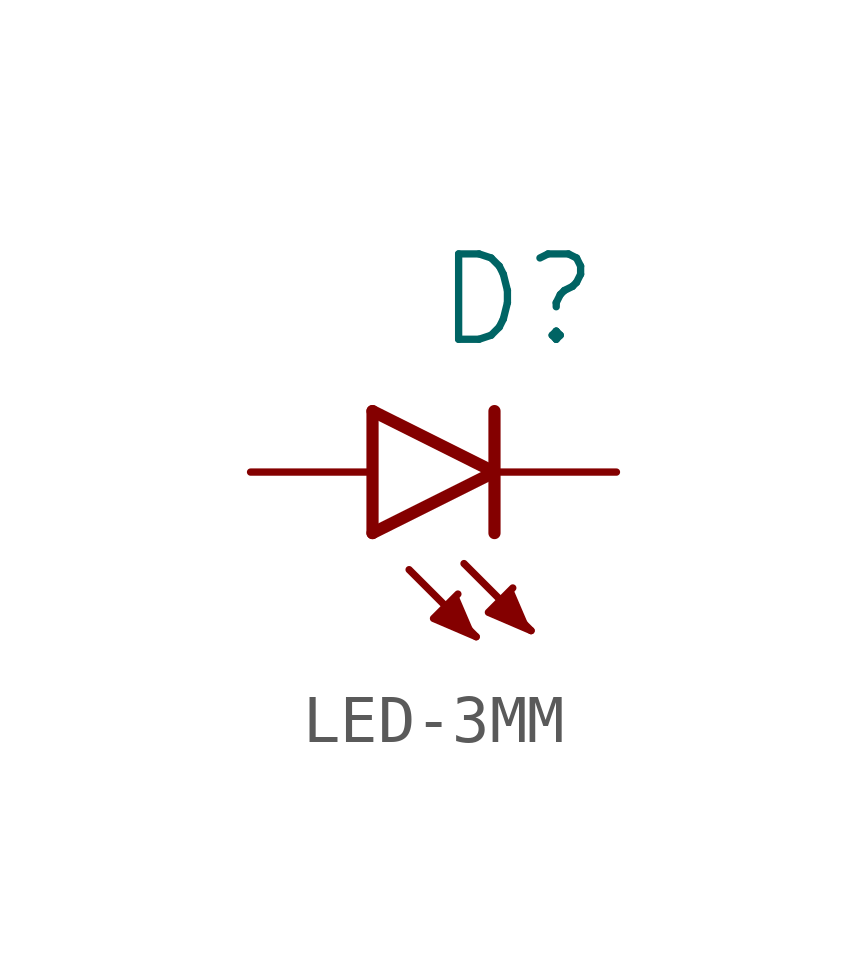
<source format=kicad_sym>
(kicad_symbol_lib
  (version 20220914)
  (generator kicad_symbol_editor)
  (symbol "LED-3MM"
    (pin_numbers hide)
    (pin_names hide)
    (property "Reference" "D"
      (at -1.27 2.54 0)
      (effects (font (size 1.778 1.778)) (justify left bottom)))
    (symbol "LED-3MM_1_0"
      (polyline (pts (xy -2.54 1.27) (xy -2.54 -1.27)) (stroke (width 0.254) (type solid)) (fill (type none)))
      (polyline (pts (xy -2.54 1.27) (xy 0 0)) (stroke (width 0.254) (type solid)) (fill (type none)))
      (polyline (pts (xy -1.778 -2.032) (xy -0.381 -3.429)) (stroke (width 0.152) (type solid)) (fill (type none)))
      (polyline (pts (xy -0.635 -1.905) (xy 0.762 -3.302)) (stroke (width 0.152) (type solid)) (fill (type none)))
      (polyline (pts (xy 0 0) (xy -2.54 -1.27)) (stroke (width 0.254) (type solid)) (fill (type none)))
      (polyline (pts (xy 0 0) (xy 0 -1.27)) (stroke (width 0.254) (type solid)) (fill (type none)))
      (polyline (pts (xy 0 1.27) (xy 0 0)) (stroke (width 0.254) (type solid)) (fill (type none)))
      (polyline (pts (xy -0.381 -3.429) (xy -1.27 -3.048) (xy -0.762 -2.54)) (stroke (width 0.152) (type solid)) (fill (type outline)))
      (polyline (pts (xy 0.762 -3.302) (xy -0.127 -2.921) (xy 0.381 -2.413)) (stroke (width 0.152) (type solid)) (fill (type outline)))
      (pin passive line (at -5.08 0 0) (length 2.54) (name "A" (effects (font (size 0 0)))) (number "A" (effects (font (size 0 0)))))
      (pin passive line (at 2.54 0 180) (length 2.54) (name "C" (effects (font (size 0 0)))) (number "K" (effects (font (size 0 0))))))))
</source>
